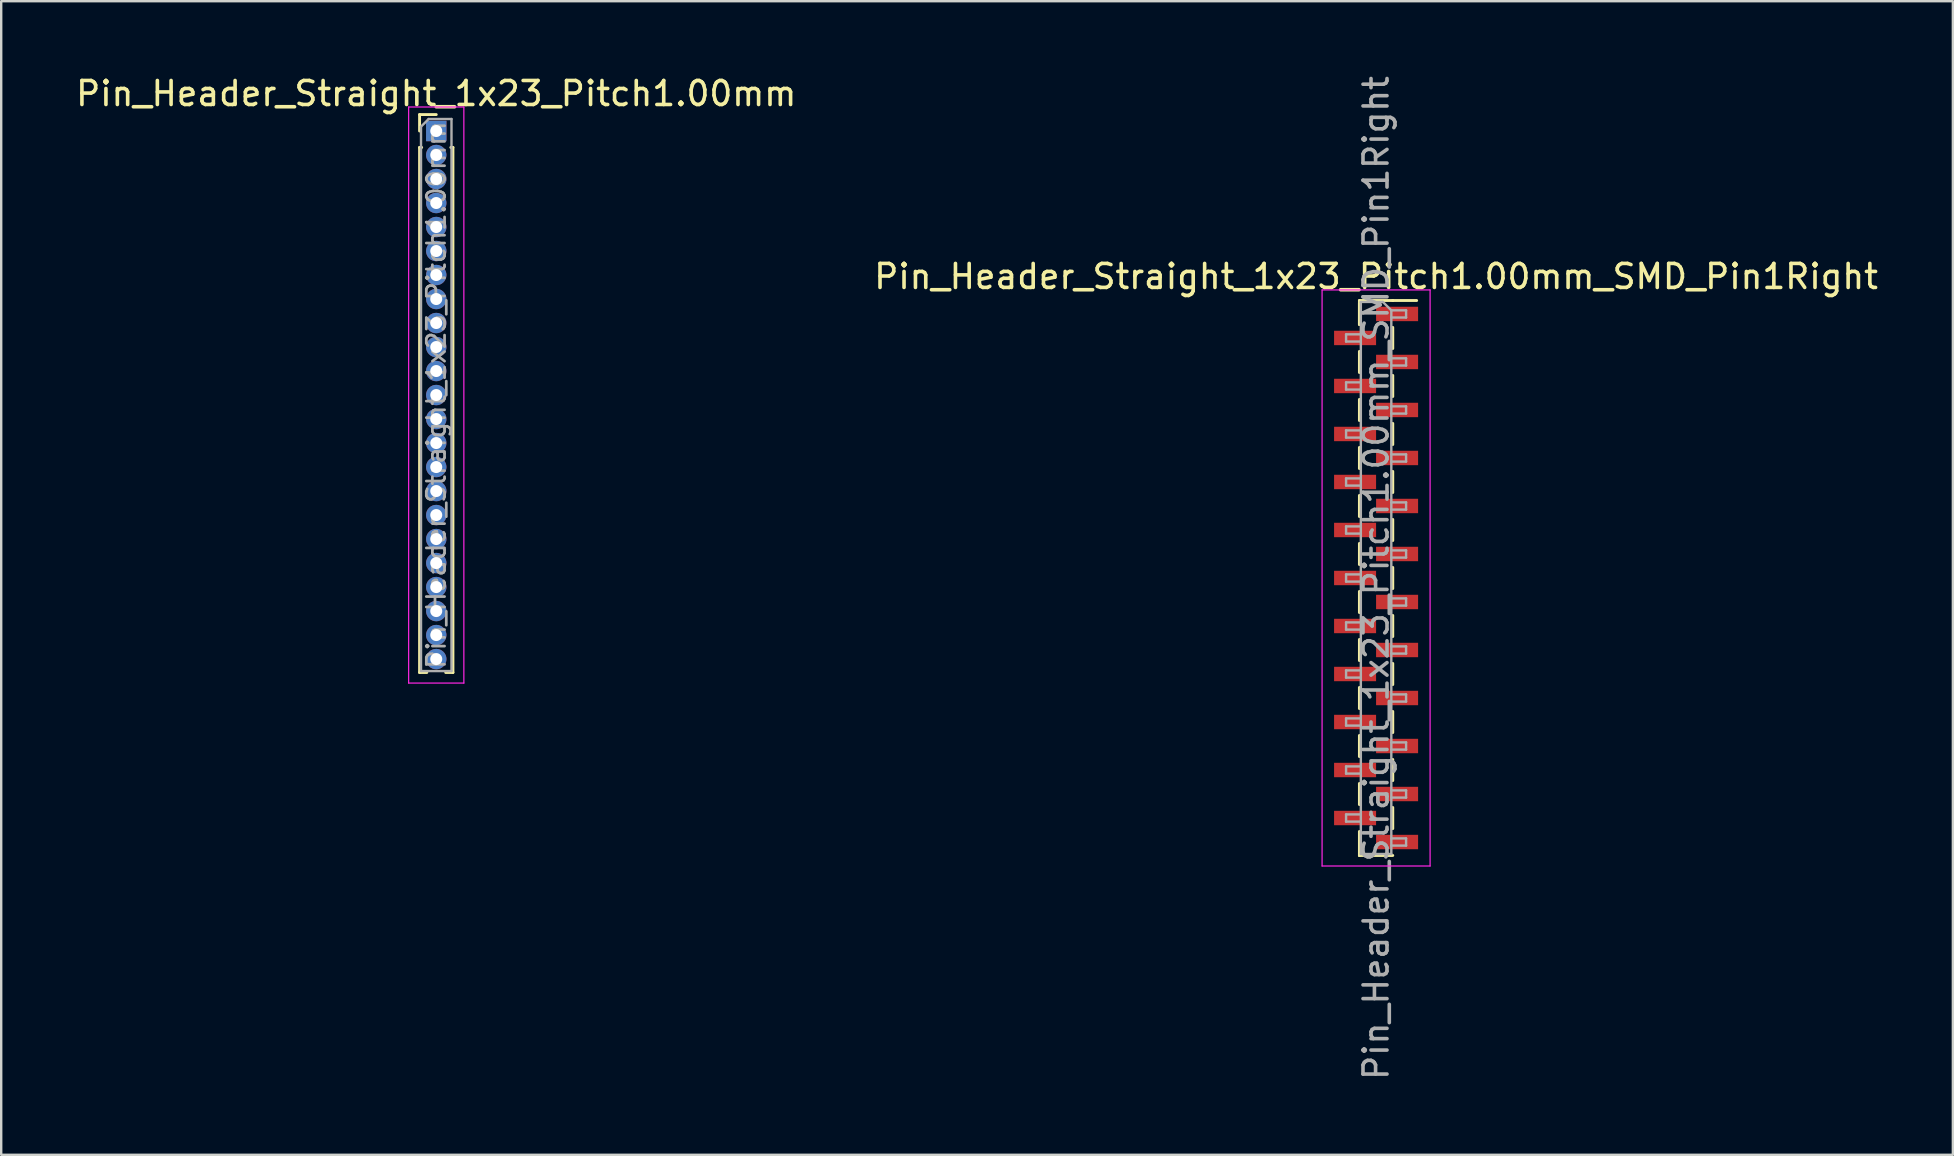
<source format=kicad_pcb>
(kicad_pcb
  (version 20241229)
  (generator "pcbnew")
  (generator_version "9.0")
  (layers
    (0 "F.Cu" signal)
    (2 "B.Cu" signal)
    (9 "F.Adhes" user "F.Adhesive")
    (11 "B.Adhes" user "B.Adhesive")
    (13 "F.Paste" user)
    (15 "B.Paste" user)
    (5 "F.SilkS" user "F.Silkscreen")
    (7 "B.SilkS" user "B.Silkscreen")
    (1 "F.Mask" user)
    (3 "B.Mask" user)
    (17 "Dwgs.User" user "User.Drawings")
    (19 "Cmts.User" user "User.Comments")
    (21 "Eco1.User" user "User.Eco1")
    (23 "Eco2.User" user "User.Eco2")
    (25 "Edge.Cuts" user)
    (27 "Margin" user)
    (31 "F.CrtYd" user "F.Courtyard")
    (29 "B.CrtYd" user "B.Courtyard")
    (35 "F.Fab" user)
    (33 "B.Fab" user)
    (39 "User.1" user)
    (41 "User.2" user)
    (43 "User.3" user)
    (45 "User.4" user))
  (footprint "Pin_Header_Straight_1x23_Pitch1.00mm_SMD_Pin1Right"
    (layer "F.Cu")
    (at 54.28 21.03)
    (property "Reference" "Pin_Header_Straight_1x23_Pitch1.00mm_SMD_Pin1Right" (at 0 -12.56 0) (layer "F.SilkS") (effects (font (size 1 1) (thickness 0.15))))
    (attr smd)
    (fp_line (start -0.695 -11.56) (end -0.695 -10.56) (stroke (width 0.12) (type solid)) (layer "F.SilkS"))
    (fp_line (start -0.695 -11.56) (end 0.695 -11.56) (stroke (width 0.12) (type solid)) (layer "F.SilkS"))
    (fp_line (start -0.695 -11.44) (end -0.695 -10.56) (stroke (width 0.12) (type solid)) (layer "F.SilkS"))
    (fp_line (start -0.695 -9.44) (end -0.695 -8.56) (stroke (width 0.12) (type solid)) (layer "F.SilkS"))
    (fp_line (start -0.695 -7.44) (end -0.695 -6.56) (stroke (width 0.12) (type solid)) (layer "F.SilkS"))
    (fp_line (start -0.695 -5.44) (end -0.695 -4.56) (stroke (width 0.12) (type solid)) (layer "F.SilkS"))
    (fp_line (start -0.695 -3.44) (end -0.695 -2.56) (stroke (width 0.12) (type solid)) (layer "F.SilkS"))
    (fp_line (start -0.695 -1.44) (end -0.695 -0.56) (stroke (width 0.12) (type solid)) (layer "F.SilkS"))
    (fp_line (start -0.695 0.56) (end -0.695 1.44) (stroke (width 0.12) (type solid)) (layer "F.SilkS"))
    (fp_line (start -0.695 2.56) (end -0.695 3.44) (stroke (width 0.12) (type solid)) (layer "F.SilkS"))
    (fp_line (start -0.695 4.56) (end -0.695 5.44) (stroke (width 0.12) (type solid)) (layer "F.SilkS"))
    (fp_line (start -0.695 6.56) (end -0.695 7.44) (stroke (width 0.12) (type solid)) (layer "F.SilkS"))
    (fp_line (start -0.695 8.56) (end -0.695 9.44) (stroke (width 0.12) (type solid)) (layer "F.SilkS"))
    (fp_line (start -0.695 10.56) (end -0.695 11.56) (stroke (width 0.12) (type solid)) (layer "F.SilkS"))
    (fp_line (start -0.695 11.56) (end -0.695 11.56) (stroke (width 0.12) (type solid)) (layer "F.SilkS"))
    (fp_line (start -0.695 11.56) (end 0.695 11.56) (stroke (width 0.12) (type solid)) (layer "F.SilkS"))
    (fp_line (start 0.695 -11.56) (end 0.695 -11.56) (stroke (width 0.12) (type solid)) (layer "F.SilkS"))
    (fp_line (start 0.695 -11.56) (end 1.69 -11.56) (stroke (width 0.12) (type solid)) (layer "F.SilkS"))
    (fp_line (start 0.695 -10.44) (end 0.695 -9.56) (stroke (width 0.12) (type solid)) (layer "F.SilkS"))
    (fp_line (start 0.695 -8.44) (end 0.695 -7.56) (stroke (width 0.12) (type solid)) (layer "F.SilkS"))
    (fp_line (start 0.695 -6.44) (end 0.695 -5.56) (stroke (width 0.12) (type solid)) (layer "F.SilkS"))
    (fp_line (start 0.695 -4.44) (end 0.695 -3.56) (stroke (width 0.12) (type solid)) (layer "F.SilkS"))
    (fp_line (start 0.695 -2.44) (end 0.695 -1.56) (stroke (width 0.12) (type solid)) (layer "F.SilkS"))
    (fp_line (start 0.695 -0.44) (end 0.695 0.44) (stroke (width 0.12) (type solid)) (layer "F.SilkS"))
    (fp_line (start 0.695 1.56) (end 0.695 2.44) (stroke (width 0.12) (type solid)) (layer "F.SilkS"))
    (fp_line (start 0.695 3.56) (end 0.695 4.44) (stroke (width 0.12) (type solid)) (layer "F.SilkS"))
    (fp_line (start 0.695 5.56) (end 0.695 6.44) (stroke (width 0.12) (type solid)) (layer "F.SilkS"))
    (fp_line (start 0.695 7.56) (end 0.695 8.44) (stroke (width 0.12) (type solid)) (layer "F.SilkS"))
    (fp_line (start 0.695 9.56) (end 0.695 10.44) (stroke (width 0.12) (type solid)) (layer "F.SilkS"))
    (fp_line (start -2.25 -12) (end -2.25 12) (stroke (width 0.05) (type solid)) (layer "F.CrtYd"))
    (fp_line (start -2.25 12) (end 2.25 12) (stroke (width 0.05) (type solid)) (layer "F.CrtYd"))
    (fp_line (start 2.25 -12) (end -2.25 -12) (stroke (width 0.05) (type solid)) (layer "F.CrtYd"))
    (fp_line (start 2.25 12) (end 2.25 -12) (stroke (width 0.05) (type solid)) (layer "F.CrtYd"))
    (fp_line (start -1.25 -10.15) (end -1.25 -9.85) (stroke (width 0.1) (type solid)) (layer "F.Fab"))
    (fp_line (start -1.25 -9.85) (end -0.635 -9.85) (stroke (width 0.1) (type solid)) (layer "F.Fab"))
    (fp_line (start -1.25 -8.15) (end -1.25 -7.85) (stroke (width 0.1) (type solid)) (layer "F.Fab"))
    (fp_line (start -1.25 -7.85) (end -0.635 -7.85) (stroke (width 0.1) (type solid)) (layer "F.Fab"))
    (fp_line (start -1.25 -6.15) (end -1.25 -5.85) (stroke (width 0.1) (type solid)) (layer "F.Fab"))
    (fp_line (start -1.25 -5.85) (end -0.635 -5.85) (stroke (width 0.1) (type solid)) (layer "F.Fab"))
    (fp_line (start -1.25 -4.15) (end -1.25 -3.85) (stroke (width 0.1) (type solid)) (layer "F.Fab"))
    (fp_line (start -1.25 -3.85) (end -0.635 -3.85) (stroke (width 0.1) (type solid)) (layer "F.Fab"))
    (fp_line (start -1.25 -2.15) (end -1.25 -1.85) (stroke (width 0.1) (type solid)) (layer "F.Fab"))
    (fp_line (start -1.25 -1.85) (end -0.635 -1.85) (stroke (width 0.1) (type solid)) (layer "F.Fab"))
    (fp_line (start -1.25 -0.15) (end -1.25 0.15) (stroke (width 0.1) (type solid)) (layer "F.Fab"))
    (fp_line (start -1.25 0.15) (end -0.635 0.15) (stroke (width 0.1) (type solid)) (layer "F.Fab"))
    (fp_line (start -1.25 1.85) (end -1.25 2.15) (stroke (width 0.1) (type solid)) (layer "F.Fab"))
    (fp_line (start -1.25 2.15) (end -0.635 2.15) (stroke (width 0.1) (type solid)) (layer "F.Fab"))
    (fp_line (start -1.25 3.85) (end -1.25 4.15) (stroke (width 0.1) (type solid)) (layer "F.Fab"))
    (fp_line (start -1.25 4.15) (end -0.635 4.15) (stroke (width 0.1) (type solid)) (layer "F.Fab"))
    (fp_line (start -1.25 5.85) (end -1.25 6.15) (stroke (width 0.1) (type solid)) (layer "F.Fab"))
    (fp_line (start -1.25 6.15) (end -0.635 6.15) (stroke (width 0.1) (type solid)) (layer "F.Fab"))
    (fp_line (start -1.25 7.85) (end -1.25 8.15) (stroke (width 0.1) (type solid)) (layer "F.Fab"))
    (fp_line (start -1.25 8.15) (end -0.635 8.15) (stroke (width 0.1) (type solid)) (layer "F.Fab"))
    (fp_line (start -1.25 9.85) (end -1.25 10.15) (stroke (width 0.1) (type solid)) (layer "F.Fab"))
    (fp_line (start -1.25 10.15) (end -0.635 10.15) (stroke (width 0.1) (type solid)) (layer "F.Fab"))
    (fp_line (start -0.635 -11.5) (end -0.635 11.5) (stroke (width 0.1) (type solid)) (layer "F.Fab"))
    (fp_line (start -0.635 -11.5) (end 0.285 -11.5) (stroke (width 0.1) (type solid)) (layer "F.Fab"))
    (fp_line (start -0.635 -10.15) (end -1.25 -10.15) (stroke (width 0.1) (type solid)) (layer "F.Fab"))
    (fp_line (start -0.635 -8.15) (end -1.25 -8.15) (stroke (width 0.1) (type solid)) (layer "F.Fab"))
    (fp_line (start -0.635 -6.15) (end -1.25 -6.15) (stroke (width 0.1) (type solid)) (layer "F.Fab"))
    (fp_line (start -0.635 -4.15) (end -1.25 -4.15) (stroke (width 0.1) (type solid)) (layer "F.Fab"))
    (fp_line (start -0.635 -2.15) (end -1.25 -2.15) (stroke (width 0.1) (type solid)) (layer "F.Fab"))
    (fp_line (start -0.635 -0.15) (end -1.25 -0.15) (stroke (width 0.1) (type solid)) (layer "F.Fab"))
    (fp_line (start -0.635 1.85) (end -1.25 1.85) (stroke (width 0.1) (type solid)) (layer "F.Fab"))
    (fp_line (start -0.635 3.85) (end -1.25 3.85) (stroke (width 0.1) (type solid)) (layer "F.Fab"))
    (fp_line (start -0.635 5.85) (end -1.25 5.85) (stroke (width 0.1) (type solid)) (layer "F.Fab"))
    (fp_line (start -0.635 7.85) (end -1.25 7.85) (stroke (width 0.1) (type solid)) (layer "F.Fab"))
    (fp_line (start -0.635 9.85) (end -1.25 9.85) (stroke (width 0.1) (type solid)) (layer "F.Fab"))
    (fp_line (start 0.635 -11.15) (end 0.285 -11.5) (stroke (width 0.1) (type solid)) (layer "F.Fab"))
    (fp_line (start 0.635 -11.15) (end 1.25 -11.15) (stroke (width 0.1) (type solid)) (layer "F.Fab"))
    (fp_line (start 0.635 -9.15) (end 1.25 -9.15) (stroke (width 0.1) (type solid)) (layer "F.Fab"))
    (fp_line (start 0.635 -7.15) (end 1.25 -7.15) (stroke (width 0.1) (type solid)) (layer "F.Fab"))
    (fp_line (start 0.635 -5.15) (end 1.25 -5.15) (stroke (width 0.1) (type solid)) (layer "F.Fab"))
    (fp_line (start 0.635 -3.15) (end 1.25 -3.15) (stroke (width 0.1) (type solid)) (layer "F.Fab"))
    (fp_line (start 0.635 -1.15) (end 1.25 -1.15) (stroke (width 0.1) (type solid)) (layer "F.Fab"))
    (fp_line (start 0.635 0.85) (end 1.25 0.85) (stroke (width 0.1) (type solid)) (layer "F.Fab"))
    (fp_line (start 0.635 2.85) (end 1.25 2.85) (stroke (width 0.1) (type solid)) (layer "F.Fab"))
    (fp_line (start 0.635 4.85) (end 1.25 4.85) (stroke (width 0.1) (type solid)) (layer "F.Fab"))
    (fp_line (start 0.635 6.85) (end 1.25 6.85) (stroke (width 0.1) (type solid)) (layer "F.Fab"))
    (fp_line (start 0.635 8.85) (end 1.25 8.85) (stroke (width 0.1) (type solid)) (layer "F.Fab"))
    (fp_line (start 0.635 10.85) (end 1.25 10.85) (stroke (width 0.1) (type solid)) (layer "F.Fab"))
    (fp_line (start 0.635 11.5) (end -0.635 11.5) (stroke (width 0.1) (type solid)) (layer "F.Fab"))
    (fp_line (start 0.635 11.5) (end 0.635 -11.15) (stroke (width 0.1) (type solid)) (layer "F.Fab"))
    (fp_line (start 1.25 -11.15) (end 1.25 -10.85) (stroke (width 0.1) (type solid)) (layer "F.Fab"))
    (fp_line (start 1.25 -10.85) (end 0.635 -10.85) (stroke (width 0.1) (type solid)) (layer "F.Fab"))
    (fp_line (start 1.25 -9.15) (end 1.25 -8.85) (stroke (width 0.1) (type solid)) (layer "F.Fab"))
    (fp_line (start 1.25 -8.85) (end 0.635 -8.85) (stroke (width 0.1) (type solid)) (layer "F.Fab"))
    (fp_line (start 1.25 -7.15) (end 1.25 -6.85) (stroke (width 0.1) (type solid)) (layer "F.Fab"))
    (fp_line (start 1.25 -6.85) (end 0.635 -6.85) (stroke (width 0.1) (type solid)) (layer "F.Fab"))
    (fp_line (start 1.25 -5.15) (end 1.25 -4.85) (stroke (width 0.1) (type solid)) (layer "F.Fab"))
    (fp_line (start 1.25 -4.85) (end 0.635 -4.85) (stroke (width 0.1) (type solid)) (layer "F.Fab"))
    (fp_line (start 1.25 -3.15) (end 1.25 -2.85) (stroke (width 0.1) (type solid)) (layer "F.Fab"))
    (fp_line (start 1.25 -2.85) (end 0.635 -2.85) (stroke (width 0.1) (type solid)) (layer "F.Fab"))
    (fp_line (start 1.25 -1.15) (end 1.25 -0.85) (stroke (width 0.1) (type solid)) (layer "F.Fab"))
    (fp_line (start 1.25 -0.85) (end 0.635 -0.85) (stroke (width 0.1) (type solid)) (layer "F.Fab"))
    (fp_line (start 1.25 0.85) (end 1.25 1.15) (stroke (width 0.1) (type solid)) (layer "F.Fab"))
    (fp_line (start 1.25 1.15) (end 0.635 1.15) (stroke (width 0.1) (type solid)) (layer "F.Fab"))
    (fp_line (start 1.25 2.85) (end 1.25 3.15) (stroke (width 0.1) (type solid)) (layer "F.Fab"))
    (fp_line (start 1.25 3.15) (end 0.635 3.15) (stroke (width 0.1) (type solid)) (layer "F.Fab"))
    (fp_line (start 1.25 4.85) (end 1.25 5.15) (stroke (width 0.1) (type solid)) (layer "F.Fab"))
    (fp_line (start 1.25 5.15) (end 0.635 5.15) (stroke (width 0.1) (type solid)) (layer "F.Fab"))
    (fp_line (start 1.25 6.85) (end 1.25 7.15) (stroke (width 0.1) (type solid)) (layer "F.Fab"))
    (fp_line (start 1.25 7.15) (end 0.635 7.15) (stroke (width 0.1) (type solid)) (layer "F.Fab"))
    (fp_line (start 1.25 8.85) (end 1.25 9.15) (stroke (width 0.1) (type solid)) (layer "F.Fab"))
    (fp_line (start 1.25 9.15) (end 0.635 9.15) (stroke (width 0.1) (type solid)) (layer "F.Fab"))
    (fp_line (start 1.25 10.85) (end 1.25 11.15) (stroke (width 0.1) (type solid)) (layer "F.Fab"))
    (fp_line (start 1.25 11.15) (end 0.635 11.15) (stroke (width 0.1) (type solid)) (layer "F.Fab"))
    (fp_text user "${REFERENCE}" (at 0 0 90) (layer "F.Fab") (effects (font (size 1 1) (thickness 0.15))))
    (pad "1" smd rect (at 0.875 -11) (size 1.75 0.6) (layers "F.Cu" "F.Mask" "F.Paste"))
    (pad "2" smd rect (at -0.875 -10) (size 1.75 0.6) (layers "F.Cu" "F.Mask" "F.Paste"))
    (pad "3" smd rect (at 0.875 -9) (size 1.75 0.6) (layers "F.Cu" "F.Mask" "F.Paste"))
    (pad "4" smd rect (at -0.875 -8) (size 1.75 0.6) (layers "F.Cu" "F.Mask" "F.Paste"))
    (pad "5" smd rect (at 0.875 -7) (size 1.75 0.6) (layers "F.Cu" "F.Mask" "F.Paste"))
    (pad "6" smd rect (at -0.875 -6) (size 1.75 0.6) (layers "F.Cu" "F.Mask" "F.Paste"))
    (pad "7" smd rect (at 0.875 -5) (size 1.75 0.6) (layers "F.Cu" "F.Mask" "F.Paste"))
    (pad "8" smd rect (at -0.875 -4) (size 1.75 0.6) (layers "F.Cu" "F.Mask" "F.Paste"))
    (pad "9" smd rect (at 0.875 -3) (size 1.75 0.6) (layers "F.Cu" "F.Mask" "F.Paste"))
    (pad "10" smd rect (at -0.875 -2) (size 1.75 0.6) (layers "F.Cu" "F.Mask" "F.Paste"))
    (pad "11" smd rect (at 0.875 -1) (size 1.75 0.6) (layers "F.Cu" "F.Mask" "F.Paste"))
    (pad "12" smd rect (at -0.875 0) (size 1.75 0.6) (layers "F.Cu" "F.Mask" "F.Paste"))
    (pad "13" smd rect (at 0.875 1) (size 1.75 0.6) (layers "F.Cu" "F.Mask" "F.Paste"))
    (pad "14" smd rect (at -0.875 2) (size 1.75 0.6) (layers "F.Cu" "F.Mask" "F.Paste"))
    (pad "15" smd rect (at 0.875 3) (size 1.75 0.6) (layers "F.Cu" "F.Mask" "F.Paste"))
    (pad "16" smd rect (at -0.875 4) (size 1.75 0.6) (layers "F.Cu" "F.Mask" "F.Paste"))
    (pad "17" smd rect (at 0.875 5) (size 1.75 0.6) (layers "F.Cu" "F.Mask" "F.Paste"))
    (pad "18" smd rect (at -0.875 6) (size 1.75 0.6) (layers "F.Cu" "F.Mask" "F.Paste"))
    (pad "19" smd rect (at 0.875 7) (size 1.75 0.6) (layers "F.Cu" "F.Mask" "F.Paste"))
    (pad "20" smd rect (at -0.875 8) (size 1.75 0.6) (layers "F.Cu" "F.Mask" "F.Paste"))
    (pad "21" smd rect (at 0.875 9) (size 1.75 0.6) (layers "F.Cu" "F.Mask" "F.Paste"))
    (pad "22" smd rect (at -0.875 10) (size 1.75 0.6) (layers "F.Cu" "F.Mask" "F.Paste"))
    (pad "23" smd rect (at 0.875 11) (size 1.75 0.6) (layers "F.Cu" "F.Mask" "F.Paste")))
  (footprint "Pin_Header_Straight_1x23_Pitch1.00mm"
    (layer "F.Cu")
    (at 15.125 2.408)
    (property "Reference" "Pin_Header_Straight_1x23_Pitch1.00mm" (at 0 -1.56 0) (layer "F.SilkS") (effects (font (size 1 1) (thickness 0.15))))
    (attr through_hole)
    (fp_line (start -0.695 -0.685) (end 0 -0.685) (stroke (width 0.12) (type solid)) (layer "F.SilkS"))
    (fp_line (start -0.695 0) (end -0.695 -0.685) (stroke (width 0.12) (type solid)) (layer "F.SilkS"))
    (fp_line (start -0.695 0.685) (end -0.695 22.56) (stroke (width 0.12) (type solid)) (layer "F.SilkS"))
    (fp_line (start -0.695 0.685) (end -0.608 0.685) (stroke (width 0.12) (type solid)) (layer "F.SilkS"))
    (fp_line (start -0.695 22.56) (end -0.394 22.56) (stroke (width 0.12) (type solid)) (layer "F.SilkS"))
    (fp_line (start 0.394 22.56) (end 0.695 22.56) (stroke (width 0.12) (type solid)) (layer "F.SilkS"))
    (fp_line (start 0.608 0.685) (end 0.695 0.685) (stroke (width 0.12) (type solid)) (layer "F.SilkS"))
    (fp_line (start 0.695 0.685) (end 0.695 22.56) (stroke (width 0.12) (type solid)) (layer "F.SilkS"))
    (fp_line (start -1.15 -1) (end -1.15 23) (stroke (width 0.05) (type solid)) (layer "F.CrtYd"))
    (fp_line (start -1.15 23) (end 1.15 23) (stroke (width 0.05) (type solid)) (layer "F.CrtYd"))
    (fp_line (start 1.15 -1) (end -1.15 -1) (stroke (width 0.05) (type solid)) (layer "F.CrtYd"))
    (fp_line (start 1.15 23) (end 1.15 -1) (stroke (width 0.05) (type solid)) (layer "F.CrtYd"))
    (fp_line (start -0.635 -0.182) (end -0.318 -0.5) (stroke (width 0.1) (type solid)) (layer "F.Fab"))
    (fp_line (start -0.635 22.5) (end -0.635 -0.182) (stroke (width 0.1) (type solid)) (layer "F.Fab"))
    (fp_line (start -0.318 -0.5) (end 0.635 -0.5) (stroke (width 0.1) (type solid)) (layer "F.Fab"))
    (fp_line (start 0.635 -0.5) (end 0.635 22.5) (stroke (width 0.1) (type solid)) (layer "F.Fab"))
    (fp_line (start 0.635 22.5) (end -0.635 22.5) (stroke (width 0.1) (type solid)) (layer "F.Fab"))
    (fp_text user "${REFERENCE}" (at 0 11 90) (layer "F.Fab") (effects (font (size 0.76 0.76) (thickness 0.114))))
    (pad "1" thru_hole rect (at 0 0) (size 0.85 0.85) (drill 0.5) (layers "*.Cu" "*.Mask"))
    (pad "2" thru_hole oval (at 0 1) (size 0.85 0.85) (drill 0.5) (layers "*.Cu" "*.Mask"))
    (pad "3" thru_hole oval (at 0 2) (size 0.85 0.85) (drill 0.5) (layers "*.Cu" "*.Mask"))
    (pad "4" thru_hole oval (at 0 3) (size 0.85 0.85) (drill 0.5) (layers "*.Cu" "*.Mask"))
    (pad "5" thru_hole oval (at 0 4) (size 0.85 0.85) (drill 0.5) (layers "*.Cu" "*.Mask"))
    (pad "6" thru_hole oval (at 0 5) (size 0.85 0.85) (drill 0.5) (layers "*.Cu" "*.Mask"))
    (pad "7" thru_hole oval (at 0 6) (size 0.85 0.85) (drill 0.5) (layers "*.Cu" "*.Mask"))
    (pad "8" thru_hole oval (at 0 7) (size 0.85 0.85) (drill 0.5) (layers "*.Cu" "*.Mask"))
    (pad "9" thru_hole oval (at 0 8) (size 0.85 0.85) (drill 0.5) (layers "*.Cu" "*.Mask"))
    (pad "10" thru_hole oval (at 0 9) (size 0.85 0.85) (drill 0.5) (layers "*.Cu" "*.Mask"))
    (pad "11" thru_hole oval (at 0 10) (size 0.85 0.85) (drill 0.5) (layers "*.Cu" "*.Mask"))
    (pad "12" thru_hole oval (at 0 11) (size 0.85 0.85) (drill 0.5) (layers "*.Cu" "*.Mask"))
    (pad "13" thru_hole oval (at 0 12) (size 0.85 0.85) (drill 0.5) (layers "*.Cu" "*.Mask"))
    (pad "14" thru_hole oval (at 0 13) (size 0.85 0.85) (drill 0.5) (layers "*.Cu" "*.Mask"))
    (pad "15" thru_hole oval (at 0 14) (size 0.85 0.85) (drill 0.5) (layers "*.Cu" "*.Mask"))
    (pad "16" thru_hole oval (at 0 15) (size 0.85 0.85) (drill 0.5) (layers "*.Cu" "*.Mask"))
    (pad "17" thru_hole oval (at 0 16) (size 0.85 0.85) (drill 0.5) (layers "*.Cu" "*.Mask"))
    (pad "18" thru_hole oval (at 0 17) (size 0.85 0.85) (drill 0.5) (layers "*.Cu" "*.Mask"))
    (pad "19" thru_hole oval (at 0 18) (size 0.85 0.85) (drill 0.5) (layers "*.Cu" "*.Mask"))
    (pad "20" thru_hole oval (at 0 19) (size 0.85 0.85) (drill 0.5) (layers "*.Cu" "*.Mask"))
    (pad "21" thru_hole oval (at 0 20) (size 0.85 0.85) (drill 0.5) (layers "*.Cu" "*.Mask"))
    (pad "22" thru_hole oval (at 0 21) (size 0.85 0.85) (drill 0.5) (layers "*.Cu" "*.Mask"))
    (pad "23" thru_hole oval (at 0 22) (size 0.85 0.85) (drill 0.5) (layers "*.Cu" "*.Mask")))
  (gr_rect
    (start -3 -3)
    (end 78.31 45.06)
    (stroke (width 0.1) (type default))
    (fill no)
    (layer "Edge.Cuts")))
</source>
